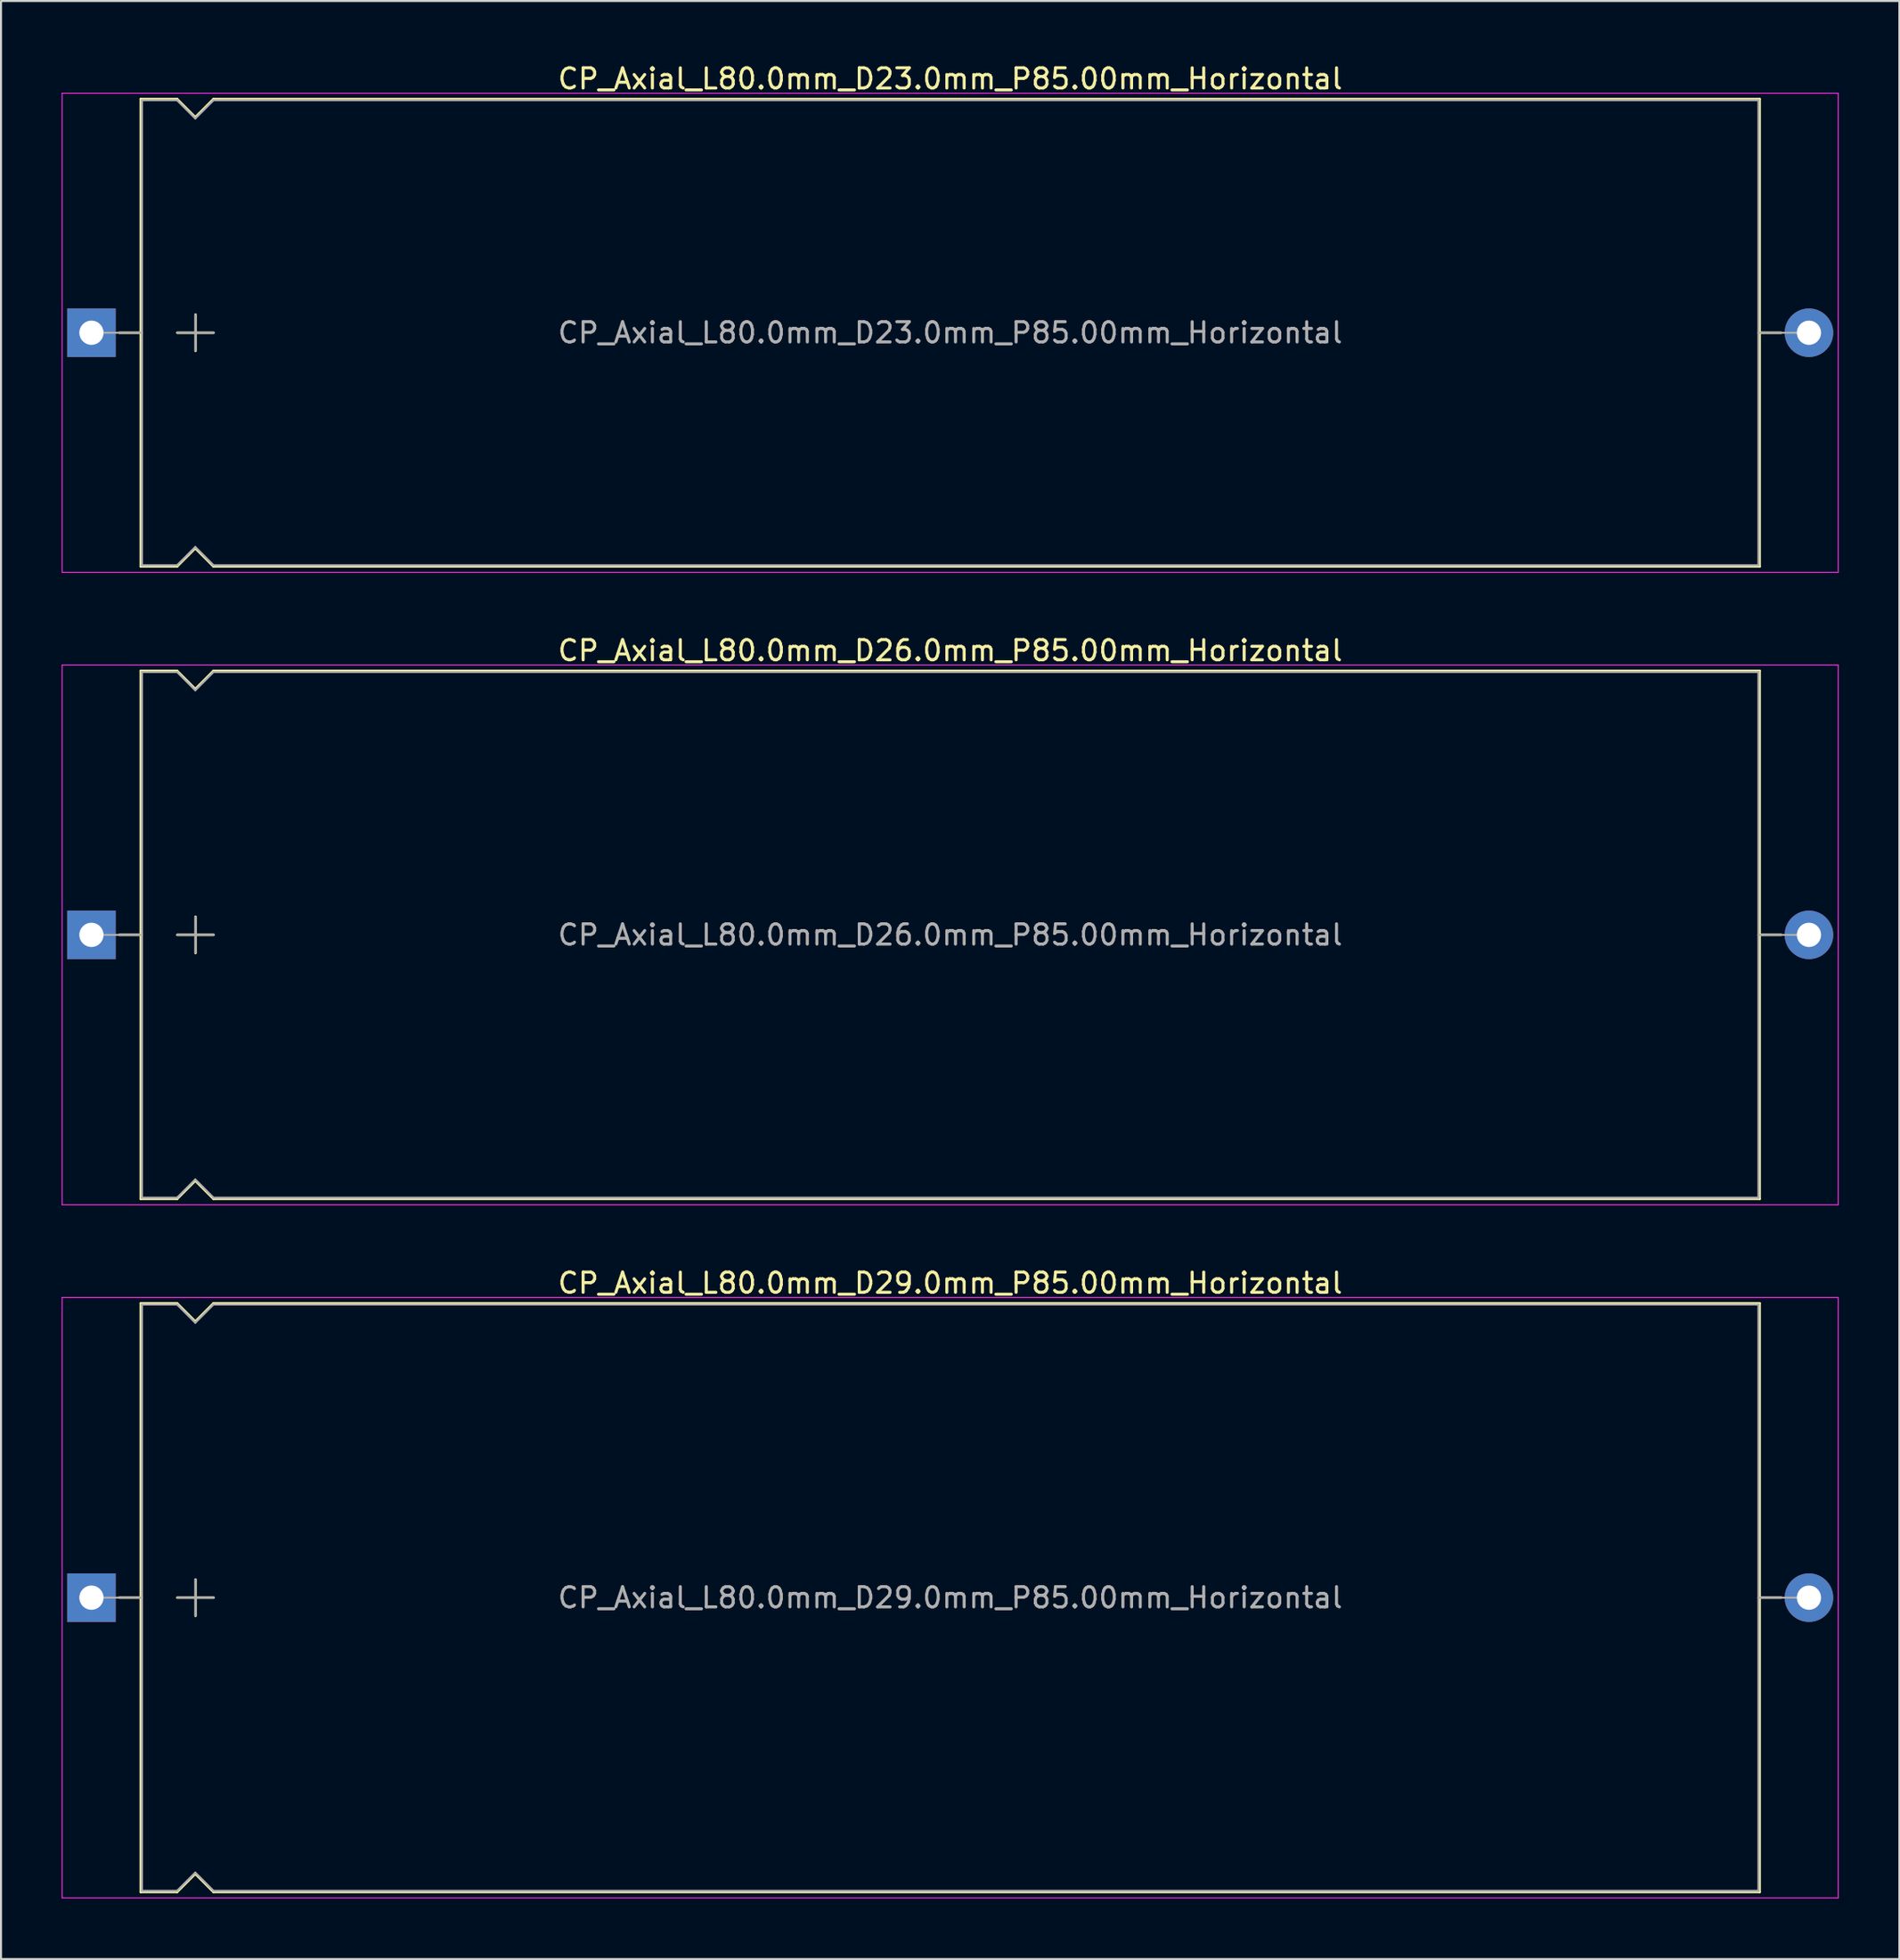
<source format=kicad_pcb>
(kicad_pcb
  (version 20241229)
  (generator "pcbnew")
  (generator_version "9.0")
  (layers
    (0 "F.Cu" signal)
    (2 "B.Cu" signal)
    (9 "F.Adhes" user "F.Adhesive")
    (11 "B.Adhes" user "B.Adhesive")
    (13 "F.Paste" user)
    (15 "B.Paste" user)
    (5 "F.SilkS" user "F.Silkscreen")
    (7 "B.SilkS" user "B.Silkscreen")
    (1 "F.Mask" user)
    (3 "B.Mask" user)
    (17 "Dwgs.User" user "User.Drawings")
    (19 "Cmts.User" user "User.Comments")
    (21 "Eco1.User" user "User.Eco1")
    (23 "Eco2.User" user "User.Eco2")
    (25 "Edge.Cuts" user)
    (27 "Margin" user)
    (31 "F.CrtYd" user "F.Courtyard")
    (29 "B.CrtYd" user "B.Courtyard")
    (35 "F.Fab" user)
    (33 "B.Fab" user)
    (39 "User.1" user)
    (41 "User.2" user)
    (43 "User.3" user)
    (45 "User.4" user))
  (footprint "CP_Axial_L80.0mm_D29.0mm_P85.00mm_Horizontal"
    (layer "F.Cu")
    (at 1.475 75.975)
    (property "Reference" "CP_Axial_L80.0mm_D29.0mm_P85.00mm_Horizontal" (at 42.5 -15.56 0) (layer "F.SilkS") (effects (font (size 1 1) (thickness 0.15))))
    (attr through_hole)
    (fp_line (start 1.38 0) (end 2.44 0) (stroke (width 0.12) (type solid)) (layer "F.SilkS"))
    (fp_line (start 2.44 -14.56) (end 2.44 14.56) (stroke (width 0.12) (type solid)) (layer "F.SilkS"))
    (fp_line (start 2.44 -14.56) (end 4.24 -14.56) (stroke (width 0.12) (type solid)) (layer "F.SilkS"))
    (fp_line (start 2.44 14.56) (end 4.24 14.56) (stroke (width 0.12) (type solid)) (layer "F.SilkS"))
    (fp_line (start 4.24 -14.56) (end 5.14 -13.66) (stroke (width 0.12) (type solid)) (layer "F.SilkS"))
    (fp_line (start 4.24 14.56) (end 5.14 13.66) (stroke (width 0.12) (type solid)) (layer "F.SilkS"))
    (fp_line (start 4.25 0) (end 6.05 0) (stroke (width 0.12) (type solid)) (layer "F.SilkS"))
    (fp_line (start 5.14 -13.66) (end 6.04 -14.56) (stroke (width 0.12) (type solid)) (layer "F.SilkS"))
    (fp_line (start 5.14 13.66) (end 6.04 14.56) (stroke (width 0.12) (type solid)) (layer "F.SilkS"))
    (fp_line (start 5.15 -0.9) (end 5.15 0.9) (stroke (width 0.12) (type solid)) (layer "F.SilkS"))
    (fp_line (start 6.04 -14.56) (end 82.56 -14.56) (stroke (width 0.12) (type solid)) (layer "F.SilkS"))
    (fp_line (start 6.04 14.56) (end 82.56 14.56) (stroke (width 0.12) (type solid)) (layer "F.SilkS"))
    (fp_line (start 82.56 -14.56) (end 82.56 14.56) (stroke (width 0.12) (type solid)) (layer "F.SilkS"))
    (fp_line (start 83.62 0) (end 82.56 0) (stroke (width 0.12) (type solid)) (layer "F.SilkS"))
    (fp_line (start -1.45 -14.85) (end -1.45 14.85) (stroke (width 0.05) (type solid)) (layer "F.CrtYd"))
    (fp_line (start -1.45 14.85) (end 86.45 14.85) (stroke (width 0.05) (type solid)) (layer "F.CrtYd"))
    (fp_line (start 86.45 -14.85) (end -1.45 -14.85) (stroke (width 0.05) (type solid)) (layer "F.CrtYd"))
    (fp_line (start 86.45 14.85) (end 86.45 -14.85) (stroke (width 0.05) (type solid)) (layer "F.CrtYd"))
    (fp_line (start 0 0) (end 2.5 0) (stroke (width 0.1) (type solid)) (layer "F.Fab"))
    (fp_line (start 2.5 -14.5) (end 2.5 14.5) (stroke (width 0.1) (type solid)) (layer "F.Fab"))
    (fp_line (start 2.5 -14.5) (end 4.24 -14.5) (stroke (width 0.1) (type solid)) (layer "F.Fab"))
    (fp_line (start 2.5 14.5) (end 4.24 14.5) (stroke (width 0.1) (type solid)) (layer "F.Fab"))
    (fp_line (start 4.24 -14.5) (end 5.14 -13.6) (stroke (width 0.1) (type solid)) (layer "F.Fab"))
    (fp_line (start 4.24 14.5) (end 5.14 13.6) (stroke (width 0.1) (type solid)) (layer "F.Fab"))
    (fp_line (start 4.25 0) (end 6.05 0) (stroke (width 0.1) (type solid)) (layer "F.Fab"))
    (fp_line (start 5.14 -13.6) (end 6.04 -14.5) (stroke (width 0.1) (type solid)) (layer "F.Fab"))
    (fp_line (start 5.14 13.6) (end 6.04 14.5) (stroke (width 0.1) (type solid)) (layer "F.Fab"))
    (fp_line (start 5.15 -0.9) (end 5.15 0.9) (stroke (width 0.1) (type solid)) (layer "F.Fab"))
    (fp_line (start 6.04 -14.5) (end 82.5 -14.5) (stroke (width 0.1) (type solid)) (layer "F.Fab"))
    (fp_line (start 6.04 14.5) (end 82.5 14.5) (stroke (width 0.1) (type solid)) (layer "F.Fab"))
    (fp_line (start 82.5 -14.5) (end 82.5 14.5) (stroke (width 0.1) (type solid)) (layer "F.Fab"))
    (fp_line (start 85 0) (end 82.5 0) (stroke (width 0.1) (type solid)) (layer "F.Fab"))
    (fp_text user "${REFERENCE}" (at 42.5 0 0) (layer "F.Fab") (effects (font (size 1 1) (thickness 0.15))))
    (pad "1" thru_hole rect (at 0 0) (size 2.4 2.4) (drill 1.2) (layers "*.Cu" "*.Mask"))
    (pad "2" thru_hole oval (at 85 0) (size 2.4 2.4) (drill 1.2) (layers "*.Cu" "*.Mask")))
  (footprint "CP_Axial_L80.0mm_D23.0mm_P85.00mm_Horizontal"
    (layer "F.Cu")
    (at 1.475 13.408)
    (property "Reference" "CP_Axial_L80.0mm_D23.0mm_P85.00mm_Horizontal" (at 42.5 -12.56 0) (layer "F.SilkS") (effects (font (size 1 1) (thickness 0.15))))
    (attr through_hole)
    (fp_line (start 1.38 0) (end 2.44 0) (stroke (width 0.12) (type solid)) (layer "F.SilkS"))
    (fp_line (start 2.44 -11.56) (end 2.44 11.56) (stroke (width 0.12) (type solid)) (layer "F.SilkS"))
    (fp_line (start 2.44 -11.56) (end 4.24 -11.56) (stroke (width 0.12) (type solid)) (layer "F.SilkS"))
    (fp_line (start 2.44 11.56) (end 4.24 11.56) (stroke (width 0.12) (type solid)) (layer "F.SilkS"))
    (fp_line (start 4.24 -11.56) (end 5.14 -10.66) (stroke (width 0.12) (type solid)) (layer "F.SilkS"))
    (fp_line (start 4.24 11.56) (end 5.14 10.66) (stroke (width 0.12) (type solid)) (layer "F.SilkS"))
    (fp_line (start 4.25 0) (end 6.05 0) (stroke (width 0.12) (type solid)) (layer "F.SilkS"))
    (fp_line (start 5.14 -10.66) (end 6.04 -11.56) (stroke (width 0.12) (type solid)) (layer "F.SilkS"))
    (fp_line (start 5.14 10.66) (end 6.04 11.56) (stroke (width 0.12) (type solid)) (layer "F.SilkS"))
    (fp_line (start 5.15 -0.9) (end 5.15 0.9) (stroke (width 0.12) (type solid)) (layer "F.SilkS"))
    (fp_line (start 6.04 -11.56) (end 82.56 -11.56) (stroke (width 0.12) (type solid)) (layer "F.SilkS"))
    (fp_line (start 6.04 11.56) (end 82.56 11.56) (stroke (width 0.12) (type solid)) (layer "F.SilkS"))
    (fp_line (start 82.56 -11.56) (end 82.56 11.56) (stroke (width 0.12) (type solid)) (layer "F.SilkS"))
    (fp_line (start 83.62 0) (end 82.56 0) (stroke (width 0.12) (type solid)) (layer "F.SilkS"))
    (fp_line (start -1.45 -11.85) (end -1.45 11.85) (stroke (width 0.05) (type solid)) (layer "F.CrtYd"))
    (fp_line (start -1.45 11.85) (end 86.45 11.85) (stroke (width 0.05) (type solid)) (layer "F.CrtYd"))
    (fp_line (start 86.45 -11.85) (end -1.45 -11.85) (stroke (width 0.05) (type solid)) (layer "F.CrtYd"))
    (fp_line (start 86.45 11.85) (end 86.45 -11.85) (stroke (width 0.05) (type solid)) (layer "F.CrtYd"))
    (fp_line (start 0 0) (end 2.5 0) (stroke (width 0.1) (type solid)) (layer "F.Fab"))
    (fp_line (start 2.5 -11.5) (end 2.5 11.5) (stroke (width 0.1) (type solid)) (layer "F.Fab"))
    (fp_line (start 2.5 -11.5) (end 4.24 -11.5) (stroke (width 0.1) (type solid)) (layer "F.Fab"))
    (fp_line (start 2.5 11.5) (end 4.24 11.5) (stroke (width 0.1) (type solid)) (layer "F.Fab"))
    (fp_line (start 4.24 -11.5) (end 5.14 -10.6) (stroke (width 0.1) (type solid)) (layer "F.Fab"))
    (fp_line (start 4.24 11.5) (end 5.14 10.6) (stroke (width 0.1) (type solid)) (layer "F.Fab"))
    (fp_line (start 4.25 0) (end 6.05 0) (stroke (width 0.1) (type solid)) (layer "F.Fab"))
    (fp_line (start 5.14 -10.6) (end 6.04 -11.5) (stroke (width 0.1) (type solid)) (layer "F.Fab"))
    (fp_line (start 5.14 10.6) (end 6.04 11.5) (stroke (width 0.1) (type solid)) (layer "F.Fab"))
    (fp_line (start 5.15 -0.9) (end 5.15 0.9) (stroke (width 0.1) (type solid)) (layer "F.Fab"))
    (fp_line (start 6.04 -11.5) (end 82.5 -11.5) (stroke (width 0.1) (type solid)) (layer "F.Fab"))
    (fp_line (start 6.04 11.5) (end 82.5 11.5) (stroke (width 0.1) (type solid)) (layer "F.Fab"))
    (fp_line (start 82.5 -11.5) (end 82.5 11.5) (stroke (width 0.1) (type solid)) (layer "F.Fab"))
    (fp_line (start 85 0) (end 82.5 0) (stroke (width 0.1) (type solid)) (layer "F.Fab"))
    (fp_text user "${REFERENCE}" (at 42.5 0 0) (layer "F.Fab") (effects (font (size 1 1) (thickness 0.15))))
    (pad "1" thru_hole rect (at 0 0) (size 2.4 2.4) (drill 1.2) (layers "*.Cu" "*.Mask"))
    (pad "2" thru_hole oval (at 85 0) (size 2.4 2.4) (drill 1.2) (layers "*.Cu" "*.Mask")))
  (footprint "CP_Axial_L80.0mm_D26.0mm_P85.00mm_Horizontal"
    (layer "F.Cu")
    (at 1.475 43.191)
    (property "Reference" "CP_Axial_L80.0mm_D26.0mm_P85.00mm_Horizontal" (at 42.5 -14.06 0) (layer "F.SilkS") (effects (font (size 1 1) (thickness 0.15))))
    (attr through_hole)
    (fp_line (start 1.38 0) (end 2.44 0) (stroke (width 0.12) (type solid)) (layer "F.SilkS"))
    (fp_line (start 2.44 -13.06) (end 2.44 13.06) (stroke (width 0.12) (type solid)) (layer "F.SilkS"))
    (fp_line (start 2.44 -13.06) (end 4.24 -13.06) (stroke (width 0.12) (type solid)) (layer "F.SilkS"))
    (fp_line (start 2.44 13.06) (end 4.24 13.06) (stroke (width 0.12) (type solid)) (layer "F.SilkS"))
    (fp_line (start 4.24 -13.06) (end 5.14 -12.16) (stroke (width 0.12) (type solid)) (layer "F.SilkS"))
    (fp_line (start 4.24 13.06) (end 5.14 12.16) (stroke (width 0.12) (type solid)) (layer "F.SilkS"))
    (fp_line (start 4.25 0) (end 6.05 0) (stroke (width 0.12) (type solid)) (layer "F.SilkS"))
    (fp_line (start 5.14 -12.16) (end 6.04 -13.06) (stroke (width 0.12) (type solid)) (layer "F.SilkS"))
    (fp_line (start 5.14 12.16) (end 6.04 13.06) (stroke (width 0.12) (type solid)) (layer "F.SilkS"))
    (fp_line (start 5.15 -0.9) (end 5.15 0.9) (stroke (width 0.12) (type solid)) (layer "F.SilkS"))
    (fp_line (start 6.04 -13.06) (end 82.56 -13.06) (stroke (width 0.12) (type solid)) (layer "F.SilkS"))
    (fp_line (start 6.04 13.06) (end 82.56 13.06) (stroke (width 0.12) (type solid)) (layer "F.SilkS"))
    (fp_line (start 82.56 -13.06) (end 82.56 13.06) (stroke (width 0.12) (type solid)) (layer "F.SilkS"))
    (fp_line (start 83.62 0) (end 82.56 0) (stroke (width 0.12) (type solid)) (layer "F.SilkS"))
    (fp_line (start -1.45 -13.35) (end -1.45 13.35) (stroke (width 0.05) (type solid)) (layer "F.CrtYd"))
    (fp_line (start -1.45 13.35) (end 86.45 13.35) (stroke (width 0.05) (type solid)) (layer "F.CrtYd"))
    (fp_line (start 86.45 -13.35) (end -1.45 -13.35) (stroke (width 0.05) (type solid)) (layer "F.CrtYd"))
    (fp_line (start 86.45 13.35) (end 86.45 -13.35) (stroke (width 0.05) (type solid)) (layer "F.CrtYd"))
    (fp_line (start 0 0) (end 2.5 0) (stroke (width 0.1) (type solid)) (layer "F.Fab"))
    (fp_line (start 2.5 -13) (end 2.5 13) (stroke (width 0.1) (type solid)) (layer "F.Fab"))
    (fp_line (start 2.5 -13) (end 4.24 -13) (stroke (width 0.1) (type solid)) (layer "F.Fab"))
    (fp_line (start 2.5 13) (end 4.24 13) (stroke (width 0.1) (type solid)) (layer "F.Fab"))
    (fp_line (start 4.24 -13) (end 5.14 -12.1) (stroke (width 0.1) (type solid)) (layer "F.Fab"))
    (fp_line (start 4.24 13) (end 5.14 12.1) (stroke (width 0.1) (type solid)) (layer "F.Fab"))
    (fp_line (start 4.25 0) (end 6.05 0) (stroke (width 0.1) (type solid)) (layer "F.Fab"))
    (fp_line (start 5.14 -12.1) (end 6.04 -13) (stroke (width 0.1) (type solid)) (layer "F.Fab"))
    (fp_line (start 5.14 12.1) (end 6.04 13) (stroke (width 0.1) (type solid)) (layer "F.Fab"))
    (fp_line (start 5.15 -0.9) (end 5.15 0.9) (stroke (width 0.1) (type solid)) (layer "F.Fab"))
    (fp_line (start 6.04 -13) (end 82.5 -13) (stroke (width 0.1) (type solid)) (layer "F.Fab"))
    (fp_line (start 6.04 13) (end 82.5 13) (stroke (width 0.1) (type solid)) (layer "F.Fab"))
    (fp_line (start 82.5 -13) (end 82.5 13) (stroke (width 0.1) (type solid)) (layer "F.Fab"))
    (fp_line (start 85 0) (end 82.5 0) (stroke (width 0.1) (type solid)) (layer "F.Fab"))
    (fp_text user "${REFERENCE}" (at 42.5 0 0) (layer "F.Fab") (effects (font (size 1 1) (thickness 0.15))))
    (pad "1" thru_hole rect (at 0 0) (size 2.4 2.4) (drill 1.2) (layers "*.Cu" "*.Mask"))
    (pad "2" thru_hole oval (at 85 0) (size 2.4 2.4) (drill 1.2) (layers "*.Cu" "*.Mask")))
  (gr_rect
    (start -3 -3)
    (end 90.95 93.85)
    (stroke (width 0.1) (type default))
    (fill no)
    (layer "Edge.Cuts")))
</source>
